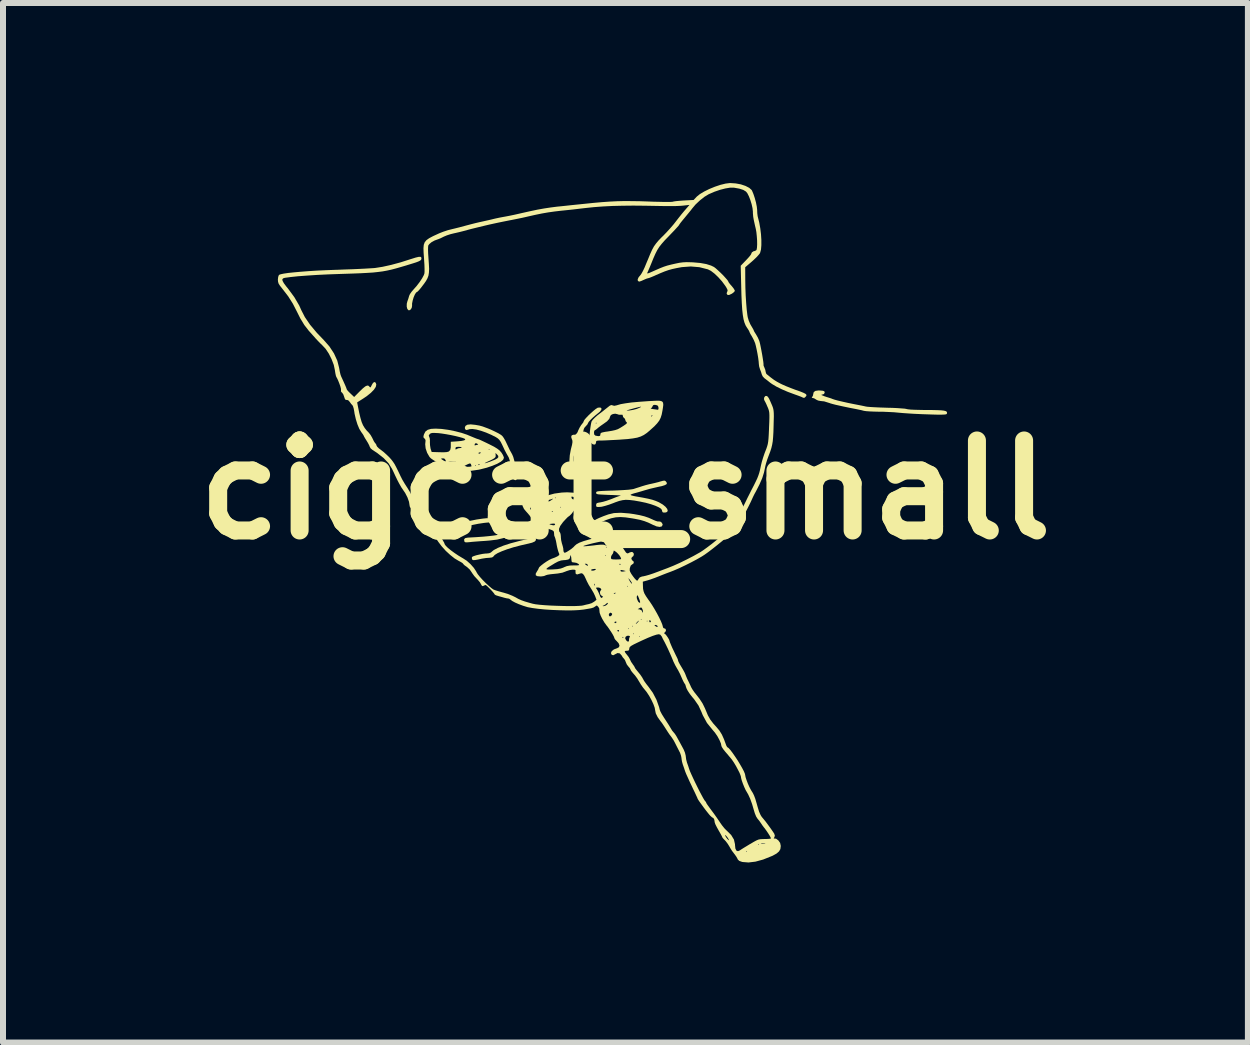
<source format=kicad_pcb>
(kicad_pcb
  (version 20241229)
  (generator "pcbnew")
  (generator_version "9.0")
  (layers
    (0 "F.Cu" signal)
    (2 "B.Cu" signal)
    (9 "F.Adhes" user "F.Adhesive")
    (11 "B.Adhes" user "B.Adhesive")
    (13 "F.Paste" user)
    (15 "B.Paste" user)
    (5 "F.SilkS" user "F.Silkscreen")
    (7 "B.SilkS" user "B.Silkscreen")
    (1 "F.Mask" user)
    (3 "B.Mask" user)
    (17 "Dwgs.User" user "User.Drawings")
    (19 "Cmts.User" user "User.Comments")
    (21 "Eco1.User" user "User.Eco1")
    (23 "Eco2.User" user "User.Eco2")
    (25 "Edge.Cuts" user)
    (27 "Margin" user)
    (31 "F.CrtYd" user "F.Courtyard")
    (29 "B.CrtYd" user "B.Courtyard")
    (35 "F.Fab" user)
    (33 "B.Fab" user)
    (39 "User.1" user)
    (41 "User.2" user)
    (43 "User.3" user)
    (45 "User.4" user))
  (footprint "cigcat_small"
    (layer "F.Cu")
    (at 7.371 5.111)
    (property "Reference" "cigcat_small" (at 0 0 0) (layer "F.SilkS") (effects (font (size 1.5 1.5) (thickness 0.3))))
    (attr board_only exclude_from_pos_files exclude_from_bom)
    (fp_poly (pts (xy -2.213 0.473) (xy -2.153 0.479) (xy -2.076 0.49) (xy -2.045 0.495) (xy -1.973 0.507) (xy -1.909 0.519) (xy -1.861 0.53) (xy -1.834 0.538) (xy -1.831 0.54) (xy -1.814 0.565) (xy -1.815 0.591) (xy -1.823 0.6) (xy -1.84 0.6) (xy -1.88 0.596) (xy -1.937 0.588) (xy -2.007 0.577) (xy -2.038 0.572) (xy -2.122 0.558) (xy -2.186 0.55) (xy -2.237 0.545) (xy -2.282 0.545) (xy -2.329 0.549) (xy -2.363 0.553) (xy -2.455 0.567) (xy -2.544 0.585) (xy -2.624 0.605) (xy -2.689 0.626) (xy -2.734 0.646) (xy -2.745 0.653) (xy -2.785 0.676) (xy -2.814 0.674) (xy -2.827 0.656) (xy -2.825 0.627) (xy -2.796 0.597) (xy -2.745 0.568) (xy -2.673 0.541) (xy -2.583 0.516) (xy -2.478 0.495) (xy -2.375 0.48) (xy -2.316 0.474) (xy -2.264 0.472)) (stroke (width 0) (type solid)) (fill yes) (layer "F.SilkS"))
    (fp_poly (pts (xy 0.062 0.394) (xy 0.14 0.405) (xy 0.239 0.423) (xy 0.319 0.443) (xy 0.389 0.467) (xy 0.456 0.497) (xy 0.464 0.501) (xy 0.505 0.518) (xy 0.537 0.528) (xy 0.548 0.528) (xy 0.579 0.529) (xy 0.607 0.549) (xy 0.62 0.577) (xy 0.62 0.585) (xy 0.605 0.611) (xy 0.57 0.619) (xy 0.519 0.61) (xy 0.455 0.583) (xy 0.45 0.58) (xy 0.381 0.547) (xy 0.316 0.522) (xy 0.244 0.501) (xy 0.158 0.484) (xy 0.112 0.476) (xy 0.004 0.46) (xy -0.084 0.454) (xy -0.162 0.459) (xy -0.238 0.475) (xy -0.32 0.503) (xy -0.401 0.538) (xy -0.458 0.558) (xy -0.501 0.563) (xy -0.526 0.551) (xy -0.531 0.534) (xy -0.522 0.516) (xy -0.492 0.495) (xy -0.44 0.47) (xy -0.365 0.439) (xy -0.284 0.41) (xy -0.191 0.388) (xy -0.076 0.383)) (stroke (width 0) (type solid)) (fill yes) (layer "F.SilkS"))
    (fp_poly (pts (xy -1.574 0.617) (xy -1.574 0.645) (xy -1.578 0.655) (xy -1.587 0.664) (xy -1.605 0.674) (xy -1.637 0.686) (xy -1.686 0.702) (xy -1.755 0.722) (xy -1.826 0.743) (xy -1.898 0.763) (xy -1.974 0.786) (xy -2.039 0.806) (xy -2.046 0.808) (xy -2.138 0.83) (xy -2.258 0.845) (xy -2.329 0.851) (xy -2.407 0.856) (xy -2.484 0.862) (xy -2.549 0.867) (xy -2.594 0.872) (xy -2.642 0.876) (xy -2.669 0.874) (xy -2.682 0.864) (xy -2.684 0.859) (xy -2.688 0.825) (xy -2.669 0.805) (xy -2.625 0.797) (xy -2.484 0.789) (xy -2.367 0.781) (xy -2.273 0.772) (xy -2.196 0.763) (xy -2.135 0.753) (xy -2.085 0.741) (xy -2.074 0.737) (xy -2.005 0.716) (xy -1.928 0.694) (xy -1.876 0.679) (xy -1.809 0.659) (xy -1.736 0.637) (xy -1.687 0.621) (xy -1.628 0.605) (xy -1.591 0.603)) (stroke (width 0) (type solid)) (fill yes) (layer "F.SilkS"))
    (fp_poly (pts (xy -1.503 0.799) (xy -1.492 0.813) (xy -1.491 0.839) (xy -1.511 0.862) (xy -1.554 0.881) (xy -1.624 0.899) (xy -1.626 0.899) (xy -1.752 0.928) (xy -1.869 0.959) (xy -1.973 0.992) (xy -2.061 1.025) (xy -2.13 1.056) (xy -2.178 1.086) (xy -2.2 1.112) (xy -2.221 1.127) (xy -2.266 1.133) (xy -2.268 1.133) (xy -2.323 1.137) (xy -2.381 1.146) (xy -2.393 1.148) (xy -2.461 1.163) (xy -2.506 1.171) (xy -2.534 1.172) (xy -2.55 1.166) (xy -2.557 1.154) (xy -2.559 1.128) (xy -2.554 1.118) (xy -2.53 1.106) (xy -2.487 1.092) (xy -2.433 1.079) (xy -2.378 1.068) (xy -2.329 1.062) (xy -2.314 1.062) (xy -2.27 1.057) (xy -2.24 1.044) (xy -2.238 1.041) (xy -2.195 1.005) (xy -2.125 0.968) (xy -2.031 0.93) (xy -1.914 0.892) (xy -1.775 0.855) (xy -1.685 0.833) (xy -1.626 0.82) (xy -1.575 0.808) (xy -1.539 0.8) (xy -1.533 0.798)) (stroke (width 0) (type solid)) (fill yes) (layer "F.SilkS"))
    (fp_poly (pts (xy -2.502 -1.082) (xy -2.433 -1.07) (xy -2.379 -1.055) (xy -2.314 -1.031) (xy -2.244 -1.003) (xy -2.176 -0.971) (xy -2.116 -0.941) (xy -2.072 -0.914) (xy -2.052 -0.897) (xy -2.028 -0.865) (xy -2.001 -0.818) (xy -1.969 -0.751) (xy -1.952 -0.715) (xy -1.927 -0.662) (xy -1.898 -0.61) (xy -1.887 -0.59) (xy -1.869 -0.548) (xy -1.851 -0.483) (xy -1.834 -0.399) (xy -1.819 -0.302) (xy -1.808 -0.199) (xy -1.814 -0.169) (xy -1.833 -0.159) (xy -1.858 -0.171) (xy -1.872 -0.187) (xy -1.882 -0.215) (xy -1.893 -0.263) (xy -1.903 -0.323) (xy -1.908 -0.363) (xy -1.918 -0.441) (xy -1.93 -0.497) (xy -1.945 -0.54) (xy -1.957 -0.561) (xy -1.984 -0.608) (xy -2.013 -0.663) (xy -2.024 -0.687) (xy -2.055 -0.753) (xy -2.079 -0.8) (xy -2.101 -0.832) (xy -2.126 -0.856) (xy -2.16 -0.878) (xy -2.208 -0.902) (xy -2.233 -0.915) (xy -2.321 -0.953) (xy -2.406 -0.983) (xy -2.484 -1.004) (xy -2.55 -1.013) (xy -2.598 -1.01) (xy -2.612 -1.005) (xy -2.648 -0.995) (xy -2.67 -1.008) (xy -2.676 -1.032) (xy -2.666 -1.064) (xy -2.634 -1.084) (xy -2.58 -1.09)) (stroke (width 0) (type solid)) (fill yes) (layer "F.SilkS"))
    (fp_poly (pts (xy -0.4 -1.359) (xy -0.401 -1.334) (xy -0.424 -1.303) (xy -0.45 -1.281) (xy -0.496 -1.244) (xy -0.542 -1.204) (xy -0.582 -1.165) (xy -0.61 -1.133) (xy -0.623 -1.112) (xy -0.623 -1.111) (xy -0.632 -1.091) (xy -0.656 -1.064) (xy -0.658 -1.062) (xy -0.683 -1.034) (xy -0.694 -1.011) (xy -0.694 -1.01) (xy -0.701 -0.979) (xy -0.725 -0.93) (xy -0.739 -0.906) (xy -0.776 -0.827) (xy -0.797 -0.741) (xy -0.803 -0.69) (xy -0.809 -0.636) (xy -0.816 -0.605) (xy -0.828 -0.589) (xy -0.839 -0.584) (xy -0.853 -0.578) (xy -0.86 -0.565) (xy -0.863 -0.541) (xy -0.863 -0.497) (xy -0.86 -0.453) (xy -0.851 -0.365) (xy -0.836 -0.304) (xy -0.828 -0.287) (xy -0.81 -0.242) (xy -0.813 -0.213) (xy -0.831 -0.201) (xy -0.858 -0.21) (xy -0.889 -0.243) (xy -0.893 -0.249) (xy -0.917 -0.308) (xy -0.93 -0.387) (xy -0.934 -0.478) (xy -0.927 -0.576) (xy -0.909 -0.673) (xy -0.906 -0.685) (xy -0.89 -0.747) (xy -0.883 -0.788) (xy -0.883 -0.816) (xy -0.889 -0.837) (xy -0.892 -0.842) (xy -0.904 -0.881) (xy -0.894 -0.908) (xy -0.863 -0.918) (xy -0.854 -0.917) (xy -0.831 -0.918) (xy -0.815 -0.93) (xy -0.798 -0.959) (xy -0.787 -0.987) (xy -0.764 -1.035) (xy -0.738 -1.077) (xy -0.725 -1.094) (xy -0.703 -1.122) (xy -0.694 -1.145) (xy -0.694 -1.145) (xy -0.684 -1.164) (xy -0.657 -1.196) (xy -0.619 -1.236) (xy -0.576 -1.277) (xy -0.532 -1.316) (xy -0.494 -1.347) (xy -0.465 -1.365) (xy -0.46 -1.368) (xy -0.419 -1.371)) (stroke (width 0) (type solid)) (fill yes) (layer "F.SilkS"))
    (fp_poly (pts (xy 3.245 -1.654) (xy 3.289 -1.65) (xy 3.312 -1.642) (xy 3.32 -1.628) (xy 3.32 -1.621) (xy 3.309 -1.596) (xy 3.285 -1.588) (xy 3.266 -1.584) (xy 3.268 -1.578) (xy 3.295 -1.567) (xy 3.306 -1.562) (xy 3.349 -1.547) (xy 3.385 -1.536) (xy 3.391 -1.534) (xy 3.429 -1.522) (xy 3.448 -1.514) (xy 3.483 -1.502) (xy 3.541 -1.486) (xy 3.618 -1.468) (xy 3.707 -1.448) (xy 3.805 -1.428) (xy 3.872 -1.415) (xy 3.928 -1.404) (xy 3.981 -1.393) (xy 4.007 -1.387) (xy 4.036 -1.383) (xy 4.088 -1.379) (xy 4.158 -1.375) (xy 4.242 -1.371) (xy 4.333 -1.368) (xy 4.357 -1.367) (xy 4.448 -1.365) (xy 4.531 -1.361) (xy 4.6 -1.356) (xy 4.652 -1.352) (xy 4.682 -1.347) (xy 4.686 -1.345) (xy 4.709 -1.341) (xy 4.756 -1.336) (xy 4.824 -1.333) (xy 4.908 -1.331) (xy 5 -1.329) (xy 5.111 -1.329) (xy 5.197 -1.327) (xy 5.261 -1.324) (xy 5.305 -1.319) (xy 5.334 -1.312) (xy 5.351 -1.303) (xy 5.358 -1.29) (xy 5.359 -1.281) (xy 5.356 -1.267) (xy 5.345 -1.258) (xy 5.319 -1.254) (xy 5.272 -1.252) (xy 5.246 -1.252) (xy 5.191 -1.252) (xy 5.116 -1.254) (xy 5.03 -1.257) (xy 4.939 -1.26) (xy 4.899 -1.262) (xy 4.808 -1.266) (xy 4.715 -1.272) (xy 4.63 -1.278) (xy 4.56 -1.284) (xy 4.538 -1.286) (xy 4.473 -1.292) (xy 4.39 -1.296) (xy 4.301 -1.3) (xy 4.214 -1.301) (xy 4.213 -1.301) (xy 4.137 -1.303) (xy 4.068 -1.306) (xy 4.013 -1.31) (xy 3.977 -1.315) (xy 3.972 -1.316) (xy 3.934 -1.326) (xy 3.882 -1.337) (xy 3.844 -1.345) (xy 3.745 -1.364) (xy 3.621 -1.39) (xy 3.504 -1.416) (xy 3.457 -1.428) (xy 3.418 -1.439) (xy 3.405 -1.444) (xy 3.312 -1.473) (xy 3.254 -1.479) (xy 3.211 -1.487) (xy 3.177 -1.503) (xy 3.175 -1.505) (xy 3.144 -1.524) (xy 3.122 -1.529) (xy 3.104 -1.533) (xy 3.112 -1.546) (xy 3.126 -1.573) (xy 3.129 -1.594) (xy 3.138 -1.628) (xy 3.166 -1.648) (xy 3.217 -1.655)) (stroke (width 0) (type solid)) (fill yes) (layer "F.SilkS"))
    (fp_poly (pts (xy 0.665 -0.147) (xy 0.675 -0.138) (xy 0.691 -0.114) (xy 0.687 -0.095) (xy 0.659 -0.078) (xy 0.606 -0.061) (xy 0.557 -0.051) (xy 0.483 -0.034) (xy 0.403 -0.015) (xy 0.334 0.005) (xy 0.326 0.007) (xy 0.263 0.026) (xy 0.201 0.044) (xy 0.153 0.057) (xy 0.152 0.057) (xy 0.113 0.069) (xy 0.089 0.08) (xy 0.085 0.085) (xy 0.098 0.093) (xy 0.132 0.102) (xy 0.18 0.112) (xy 0.188 0.113) (xy 0.295 0.132) (xy 0.38 0.149) (xy 0.448 0.166) (xy 0.504 0.185) (xy 0.554 0.206) (xy 0.563 0.211) (xy 0.623 0.246) (xy 0.668 0.283) (xy 0.696 0.318) (xy 0.705 0.348) (xy 0.694 0.37) (xy 0.665 0.379) (xy 0.634 0.379) (xy 0.619 0.373) (xy 0.61 0.352) (xy 0.609 0.34) (xy 0.595 0.317) (xy 0.558 0.293) (xy 0.501 0.267) (xy 0.427 0.241) (xy 0.341 0.217) (xy 0.247 0.197) (xy 0.241 0.196) (xy 0.145 0.179) (xy 0.069 0.17) (xy 0.007 0.167) (xy -0.048 0.173) (xy -0.104 0.186) (xy -0.167 0.208) (xy -0.205 0.223) (xy -0.273 0.248) (xy -0.338 0.268) (xy -0.393 0.282) (xy -0.418 0.285) (xy -0.46 0.287) (xy -0.48 0.283) (xy -0.488 0.271) (xy -0.488 0.255) (xy -0.485 0.233) (xy -0.472 0.221) (xy -0.44 0.213) (xy -0.418 0.21) (xy -0.372 0.2) (xy -0.311 0.182) (xy -0.246 0.159) (xy -0.223 0.15) (xy -0.166 0.127) (xy -0.117 0.109) (xy -0.083 0.098) (xy -0.075 0.096) (xy -0.079 0.095) (xy -0.108 0.093) (xy -0.157 0.09) (xy -0.222 0.087) (xy -0.269 0.086) (xy -0.352 0.082) (xy -0.411 0.079) (xy -0.45 0.076) (xy -0.473 0.071) (xy -0.485 0.064) (xy -0.488 0.055) (xy -0.488 0.05) (xy -0.487 0.04) (xy -0.481 0.033) (xy -0.466 0.027) (xy -0.439 0.023) (xy -0.396 0.02) (xy -0.333 0.017) (xy -0.248 0.014) (xy -0.205 0.013) (xy -0.109 0.009) (xy -0.022 0.004) (xy 0.052 -0.001) (xy 0.106 -0.008) (xy 0.135 -0.013) (xy 0.18 -0.028) (xy 0.237 -0.046) (xy 0.276 -0.059) (xy 0.336 -0.077) (xy 0.398 -0.093) (xy 0.432 -0.1) (xy 0.489 -0.113) (xy 0.553 -0.129) (xy 0.578 -0.137) (xy 0.622 -0.149) (xy 0.648 -0.153)) (stroke (width 0) (type solid)) (fill yes) (layer "F.SilkS"))
    (fp_poly (pts (xy 0.575 -1.483) (xy 0.61 -1.473) (xy 0.627 -1.452) (xy 0.631 -1.415) (xy 0.624 -1.361) (xy 0.617 -1.318) (xy 0.604 -1.252) (xy 0.587 -1.199) (xy 0.564 -1.153) (xy 0.529 -1.107) (xy 0.481 -1.056) (xy 0.413 -0.995) (xy 0.408 -0.99) (xy 0.357 -0.947) (xy 0.307 -0.913) (xy 0.256 -0.888) (xy 0.197 -0.869) (xy 0.125 -0.856) (xy 0.035 -0.845) (xy -0.078 -0.837) (xy -0.085 -0.836) (xy -0.172 -0.831) (xy -0.255 -0.827) (xy -0.328 -0.823) (xy -0.385 -0.821) (xy -0.405 -0.821) (xy -0.452 -0.82) (xy -0.478 -0.816) (xy -0.488 -0.806) (xy -0.49 -0.789) (xy -0.498 -0.761) (xy -0.52 -0.752) (xy -0.549 -0.761) (xy -0.578 -0.789) (xy -0.591 -0.81) (xy -0.598 -0.832) (xy -0.6 -0.862) (xy -0.598 -0.908) (xy -0.594 -0.95) (xy -0.524 -0.95) (xy -0.519 -0.919) (xy -0.499 -0.902) (xy -0.459 -0.895) (xy -0.445 -0.894) (xy -0.422 -0.9) (xy -0.417 -0.923) (xy -0.415 -0.938) (xy -0.404 -0.949) (xy -0.379 -0.957) (xy -0.335 -0.966) (xy -0.297 -0.971) (xy -0.224 -0.983) (xy -0.17 -0.995) (xy -0.126 -1.01) (xy -0.084 -1.033) (xy -0.033 -1.065) (xy -0.031 -1.066) (xy 0.01 -1.095) (xy 0.027 -1.113) (xy 0.022 -1.123) (xy 0.022 -1.123) (xy 0.004 -1.143) (xy 0 -1.159) (xy -0.01 -1.186) (xy -0.021 -1.194) (xy -0.039 -1.214) (xy -0.04 -1.219) (xy 0.428 -1.219) (xy 0.43 -1.218) (xy 0.443 -1.228) (xy 0.446 -1.232) (xy 0.45 -1.245) (xy 0.448 -1.246) (xy 0.435 -1.236) (xy 0.432 -1.232) (xy 0.428 -1.219) (xy -0.04 -1.219) (xy -0.042 -1.23) (xy -0.049 -1.25) (xy -0.072 -1.25) (xy -0.106 -1.25) (xy -0.135 -1.26) (xy -0.17 -1.268) (xy -0.209 -1.262) (xy -0.241 -1.246) (xy -0.255 -1.222) (xy -0.255 -1.219) (xy -0.269 -1.182) (xy -0.306 -1.141) (xy -0.363 -1.1) (xy -0.408 -1.069) (xy -0.45 -1.037) (xy -0.461 -1.027) (xy -0.489 -1.004) (xy -0.509 -0.992) (xy -0.512 -0.991) (xy -0.52 -0.979) (xy -0.524 -0.95) (xy -0.594 -0.95) (xy -0.593 -0.963) (xy -0.585 -1.027) (xy -0.576 -1.084) (xy -0.571 -1.111) (xy -0.496 -1.111) (xy -0.488 -1.104) (xy -0.481 -1.111) (xy -0.488 -1.119) (xy -0.496 -1.111) (xy -0.571 -1.111) (xy -0.567 -1.126) (xy -0.564 -1.138) (xy -0.545 -1.165) (xy -0.509 -1.202) (xy -0.463 -1.243) (xy -0.447 -1.255) (xy -0.394 -1.296) (xy -0.363 -1.32) (xy 0.021 -1.32) (xy 0.034 -1.319) (xy 0.066 -1.322) (xy 0.071 -1.322) (xy 0.13 -1.332) (xy 0.19 -1.348) (xy 0.207 -1.355) (xy 0.421 -1.355) (xy 0.44 -1.348) (xy 0.467 -1.344) (xy 0.508 -1.338) (xy 0.536 -1.334) (xy 0.542 -1.333) (xy 0.55 -1.343) (xy 0.552 -1.365) (xy 0.544 -1.394) (xy 0.53 -1.407) (xy 0.491 -1.416) (xy 0.463 -1.41) (xy 0.453 -1.394) (xy 0.442 -1.371) (xy 0.428 -1.362) (xy 0.421 -1.355) (xy 0.207 -1.355) (xy 0.212 -1.357) (xy 0.249 -1.374) (xy 0.261 -1.383) (xy 0.249 -1.384) (xy 0.212 -1.375) (xy 0.148 -1.359) (xy 0.12 -1.351) (xy 0.062 -1.335) (xy 0.03 -1.325) (xy 0.021 -1.32) (xy -0.363 -1.32) (xy -0.342 -1.337) (xy -0.3 -1.37) (xy -0.293 -1.376) (xy -0.258 -1.403) (xy -0.234 -1.412) (xy -0.215 -1.407) (xy -0.187 -1.399) (xy -0.147 -1.407) (xy -0.137 -1.41) (xy -0.078 -1.427) (xy 0.002 -1.441) (xy 0.103 -1.455) (xy 0.229 -1.466) (xy 0.381 -1.477) (xy 0.439 -1.48) (xy 0.519 -1.484)) (stroke (width 0) (type solid)) (fill yes) (layer "F.SilkS"))
    (fp_poly (pts (xy -3.064 -1.014) (xy -2.953 -0.999) (xy -2.838 -0.976) (xy -2.729 -0.948) (xy -2.637 -0.917) (xy -2.626 -0.912) (xy -2.561 -0.885) (xy -2.515 -0.866) (xy -2.483 -0.853) (xy -2.459 -0.845) (xy -2.449 -0.842) (xy -2.423 -0.832) (xy -2.378 -0.811) (xy -2.321 -0.784) (xy -2.262 -0.755) (xy -2.189 -0.718) (xy -2.137 -0.686) (xy -2.1 -0.658) (xy -2.073 -0.628) (xy -2.067 -0.621) (xy -2.042 -0.581) (xy -2.027 -0.545) (xy -2.025 -0.531) (xy -2.038 -0.5) (xy -2.077 -0.467) (xy -2.137 -0.433) (xy -2.216 -0.4) (xy -2.31 -0.368) (xy -2.416 -0.341) (xy -2.449 -0.334) (xy -2.573 -0.316) (xy -2.689 -0.316) (xy -2.81 -0.336) (xy -2.874 -0.353) (xy -2.963 -0.382) (xy -2.966 -0.383) (xy -2.711 -0.383) (xy -2.637 -0.383) (xy -2.596 -0.384) (xy -2.569 -0.389) (xy -2.564 -0.393) (xy -2.567 -0.404) (xy -2.506 -0.404) (xy -2.499 -0.396) (xy -2.492 -0.404) (xy -2.499 -0.411) (xy -2.506 -0.404) (xy -2.567 -0.404) (xy -2.57 -0.414) (xy -2.457 -0.414) (xy -2.443 -0.412) (xy -2.425 -0.414) (xy -2.425 -0.419) (xy -2.444 -0.423) (xy -2.452 -0.42) (xy -2.457 -0.414) (xy -2.57 -0.414) (xy -2.57 -0.414) (xy -2.574 -0.426) (xy -2.583 -0.438) (xy -2.599 -0.438) (xy -2.629 -0.425) (xy -2.648 -0.416) (xy -2.711 -0.383) (xy -2.966 -0.383) (xy -3.05 -0.416) (xy -3.129 -0.454) (xy -3.15 -0.466) (xy -2.948 -0.466) (xy -2.942 -0.458) (xy -2.91 -0.446) (xy -2.888 -0.438) (xy -2.835 -0.422) (xy -2.798 -0.413) (xy -2.779 -0.412) (xy -2.784 -0.42) (xy -2.793 -0.426) (xy -2.81 -0.442) (xy -2.346 -0.442) (xy -2.336 -0.443) (xy -2.301 -0.453) (xy -2.245 -0.473) (xy -2.238 -0.476) (xy -2.173 -0.502) (xy -2.134 -0.524) (xy -2.117 -0.544) (xy -2.12 -0.565) (xy -2.135 -0.584) (xy -2.165 -0.614) (xy -2.162 -0.576) (xy -2.162 -0.555) (xy -2.17 -0.539) (xy -2.188 -0.523) (xy -2.223 -0.503) (xy -2.278 -0.477) (xy -2.294 -0.47) (xy -2.333 -0.451) (xy -2.346 -0.442) (xy -2.81 -0.442) (xy -2.813 -0.445) (xy -2.818 -0.457) (xy -2.831 -0.469) (xy -2.869 -0.472) (xy -2.878 -0.472) (xy -2.927 -0.47) (xy -2.948 -0.466) (xy -3.15 -0.466) (xy -3.196 -0.492) (xy -3.232 -0.517) (xy -3.072 -0.517) (xy -3.062 -0.508) (xy -3.037 -0.492) (xy -3.011 -0.476) (xy -2.992 -0.468) (xy -2.993 -0.479) (xy -2.997 -0.496) (xy -3.016 -0.519) (xy -3.039 -0.524) (xy -3.064 -0.521) (xy -3.072 -0.517) (xy -3.232 -0.517) (xy -3.245 -0.527) (xy -3.264 -0.547) (xy -3.3 -0.609) (xy -2.449 -0.609) (xy -2.439 -0.601) (xy -2.428 -0.604) (xy -2.41 -0.614) (xy -2.407 -0.617) (xy -2.418 -0.622) (xy -2.428 -0.623) (xy -2.447 -0.616) (xy -2.449 -0.609) (xy -3.3 -0.609) (xy -3.304 -0.616) (xy -3.329 -0.69) (xy -3.336 -0.758) (xy -3.334 -0.78) (xy -3.33 -0.821) (xy -3.338 -0.845) (xy -3.349 -0.855) (xy -3.364 -0.871) (xy -3.365 -0.892) (xy -3.362 -0.904) (xy -3.277 -0.904) (xy -3.27 -0.884) (xy -3.261 -0.859) (xy -3.257 -0.819) (xy -3.258 -0.797) (xy -3.256 -0.744) (xy -3.248 -0.693) (xy -3.245 -0.68) (xy -3.228 -0.63) (xy -3.097 -0.626) (xy -3.027 -0.625) (xy -2.98 -0.628) (xy -2.95 -0.635) (xy -2.938 -0.642) (xy -2.919 -0.665) (xy -2.914 -0.688) (xy -2.832 -0.688) (xy -2.828 -0.669) (xy -2.822 -0.673) (xy -2.279 -0.673) (xy -2.272 -0.665) (xy -2.265 -0.673) (xy -2.272 -0.68) (xy -2.279 -0.673) (xy -2.822 -0.673) (xy -2.816 -0.676) (xy -2.815 -0.677) (xy -2.787 -0.691) (xy -2.766 -0.694) (xy -2.738 -0.698) (xy -2.728 -0.704) (xy -2.736 -0.711) (xy -2.764 -0.715) (xy -2.776 -0.716) (xy -2.813 -0.714) (xy -2.829 -0.704) (xy -2.832 -0.688) (xy -2.914 -0.688) (xy -2.911 -0.701) (xy -2.91 -0.732) (xy -2.91 -0.74) (xy -2.513 -0.74) (xy -2.498 -0.742) (xy -2.469 -0.75) (xy -2.459 -0.751) (xy -2.454 -0.756) (xy -2.464 -0.765) (xy -2.49 -0.777) (xy -2.506 -0.769) (xy -2.512 -0.756) (xy -2.513 -0.74) (xy -2.91 -0.74) (xy -2.91 -0.8) (xy -2.803 -0.807) (xy -2.732 -0.814) (xy -2.687 -0.824) (xy -2.668 -0.835) (xy -2.676 -0.849) (xy -2.68 -0.851) (xy -2.712 -0.864) (xy -2.766 -0.879) (xy -2.834 -0.896) (xy -2.91 -0.912) (xy -2.987 -0.926) (xy -3.058 -0.937) (xy -3.115 -0.944) (xy -3.176 -0.947) (xy -3.216 -0.947) (xy -3.241 -0.942) (xy -3.258 -0.931) (xy -3.261 -0.928) (xy -3.277 -0.904) (xy -3.362 -0.904) (xy -3.356 -0.925) (xy -3.333 -0.97) (xy -3.295 -0.999) (xy -3.239 -1.015) (xy -3.162 -1.019)) (stroke (width 0) (type solid)) (fill yes) (layer "F.SilkS"))
    (fp_poly (pts (xy 1.837 -5.105) (xy 1.924 -5.089) (xy 2.001 -5.063) (xy 2.063 -5.031) (xy 2.103 -4.995) (xy 2.109 -4.985) (xy 2.132 -4.931) (xy 2.155 -4.862) (xy 2.175 -4.788) (xy 2.189 -4.718) (xy 2.195 -4.664) (xy 2.195 -4.662) (xy 2.197 -4.609) (xy 2.203 -4.56) (xy 2.208 -4.539) (xy 2.23 -4.452) (xy 2.247 -4.356) (xy 2.259 -4.258) (xy 2.265 -4.163) (xy 2.265 -4.076) (xy 2.259 -4.003) (xy 2.245 -3.951) (xy 2.241 -3.941) (xy 2.219 -3.913) (xy 2.182 -3.873) (xy 2.135 -3.828) (xy 2.106 -3.802) (xy 1.996 -3.708) (xy 1.997 -3.493) (xy 1.999 -3.364) (xy 2.004 -3.235) (xy 2.012 -3.112) (xy 2.021 -3.003) (xy 2.032 -2.912) (xy 2.038 -2.876) (xy 2.055 -2.818) (xy 2.081 -2.758) (xy 2.095 -2.734) (xy 2.118 -2.695) (xy 2.134 -2.666) (xy 2.138 -2.656) (xy 2.145 -2.639) (xy 2.164 -2.608) (xy 2.178 -2.586) (xy 2.206 -2.537) (xy 2.229 -2.485) (xy 2.234 -2.469) (xy 2.244 -2.43) (xy 2.255 -2.377) (xy 2.267 -2.314) (xy 2.279 -2.249) (xy 2.289 -2.187) (xy 2.297 -2.135) (xy 2.301 -2.098) (xy 2.301 -2.084) (xy 2.302 -2.068) (xy 2.314 -2.04) (xy 2.315 -2.038) (xy 2.33 -2) (xy 2.336 -1.969) (xy 2.344 -1.939) (xy 2.354 -1.926) (xy 2.421 -1.872) (xy 2.476 -1.831) (xy 2.526 -1.8) (xy 2.578 -1.772) (xy 2.612 -1.755) (xy 2.683 -1.724) (xy 2.761 -1.693) (xy 2.832 -1.666) (xy 2.836 -1.665) (xy 2.915 -1.637) (xy 2.969 -1.615) (xy 3.002 -1.598) (xy 3.016 -1.582) (xy 3.015 -1.566) (xy 3 -1.548) (xy 2.999 -1.546) (xy 2.979 -1.531) (xy 2.959 -1.535) (xy 2.945 -1.542) (xy 2.922 -1.552) (xy 2.88 -1.568) (xy 2.827 -1.587) (xy 2.81 -1.593) (xy 2.705 -1.632) (xy 2.605 -1.675) (xy 2.516 -1.719) (xy 2.445 -1.761) (xy 2.411 -1.785) (xy 2.37 -1.818) (xy 2.331 -1.848) (xy 2.316 -1.859) (xy 2.287 -1.89) (xy 2.272 -1.923) (xy 2.26 -1.963) (xy 2.243 -2.007) (xy 2.243 -2.007) (xy 2.229 -2.052) (xy 2.223 -2.096) (xy 2.223 -2.096) (xy 2.22 -2.138) (xy 2.212 -2.199) (xy 2.2 -2.27) (xy 2.186 -2.341) (xy 2.172 -2.403) (xy 2.16 -2.447) (xy 2.159 -2.448) (xy 2.139 -2.496) (xy 2.112 -2.547) (xy 2.104 -2.561) (xy 2.082 -2.597) (xy 2.069 -2.624) (xy 2.067 -2.631) (xy 2.059 -2.649) (xy 2.04 -2.68) (xy 2.026 -2.7) (xy 2.003 -2.738) (xy 1.984 -2.784) (xy 1.968 -2.842) (xy 1.956 -2.913) (xy 1.946 -3.002) (xy 1.939 -3.111) (xy 1.933 -3.244) (xy 1.93 -3.364) (xy 1.921 -3.733) (xy 2.008 -3.823) (xy 2.047 -3.865) (xy 2.077 -3.9) (xy 2.094 -3.924) (xy 2.095 -3.929) (xy 2.107 -3.956) (xy 2.136 -3.975) (xy 2.153 -3.978) (xy 2.179 -3.99) (xy 2.186 -4.001) (xy 2.192 -4.035) (xy 2.195 -4.089) (xy 2.194 -4.156) (xy 2.189 -4.226) (xy 2.182 -4.293) (xy 2.173 -4.344) (xy 2.159 -4.403) (xy 2.146 -4.462) (xy 2.138 -4.499) (xy 2.129 -4.551) (xy 2.124 -4.611) (xy 2.124 -4.634) (xy 2.118 -4.691) (xy 2.103 -4.758) (xy 2.082 -4.827) (xy 2.057 -4.891) (xy 2.031 -4.942) (xy 2.009 -4.969) (xy 1.963 -4.997) (xy 1.897 -5.018) (xy 1.808 -5.034) (xy 1.805 -5.034) (xy 1.744 -5.034) (xy 1.665 -5.021) (xy 1.576 -4.998) (xy 1.483 -4.966) (xy 1.393 -4.927) (xy 1.39 -4.926) (xy 1.317 -4.882) (xy 1.24 -4.821) (xy 1.168 -4.753) (xy 1.115 -4.69) (xy 1.092 -4.66) (xy 1.056 -4.616) (xy 1.014 -4.565) (xy 0.991 -4.537) (xy 0.952 -4.49) (xy 0.919 -4.449) (xy 0.899 -4.421) (xy 0.894 -4.412) (xy 0.883 -4.397) (xy 0.855 -4.366) (xy 0.814 -4.321) (xy 0.763 -4.268) (xy 0.723 -4.226) (xy 0.656 -4.157) (xy 0.605 -4.099) (xy 0.564 -4.047) (xy 0.53 -3.993) (xy 0.499 -3.932) (xy 0.466 -3.857) (xy 0.432 -3.773) (xy 0.408 -3.715) (xy 0.387 -3.666) (xy 0.372 -3.631) (xy 0.367 -3.621) (xy 0.362 -3.61) (xy 0.365 -3.605) (xy 0.379 -3.607) (xy 0.408 -3.618) (xy 0.456 -3.639) (xy 0.51 -3.663) (xy 0.581 -3.694) (xy 0.64 -3.717) (xy 0.698 -3.736) (xy 0.765 -3.753) (xy 0.826 -3.767) (xy 0.898 -3.782) (xy 0.959 -3.79) (xy 1.021 -3.793) (xy 1.095 -3.791) (xy 1.124 -3.79) (xy 1.248 -3.779) (xy 1.348 -3.761) (xy 1.427 -3.736) (xy 1.476 -3.712) (xy 1.505 -3.69) (xy 1.544 -3.655) (xy 1.588 -3.614) (xy 1.632 -3.57) (xy 1.67 -3.528) (xy 1.699 -3.495) (xy 1.713 -3.474) (xy 1.713 -3.471) (xy 1.722 -3.454) (xy 1.745 -3.424) (xy 1.77 -3.396) (xy 1.8 -3.359) (xy 1.819 -3.328) (xy 1.823 -3.313) (xy 1.809 -3.294) (xy 1.778 -3.27) (xy 1.767 -3.264) (xy 1.73 -3.247) (xy 1.708 -3.245) (xy 1.696 -3.253) (xy 1.686 -3.274) (xy 1.695 -3.298) (xy 1.703 -3.317) (xy 1.698 -3.339) (xy 1.68 -3.373) (xy 1.662 -3.401) (xy 1.608 -3.474) (xy 1.546 -3.543) (xy 1.483 -3.603) (xy 1.424 -3.648) (xy 1.374 -3.673) (xy 1.374 -3.673) (xy 1.232 -3.709) (xy 1.09 -3.721) (xy 0.94 -3.71) (xy 0.853 -3.694) (xy 0.78 -3.678) (xy 0.716 -3.66) (xy 0.653 -3.638) (xy 0.582 -3.609) (xy 0.495 -3.571) (xy 0.485 -3.566) (xy 0.437 -3.546) (xy 0.399 -3.531) (xy 0.378 -3.525) (xy 0.355 -3.519) (xy 0.319 -3.504) (xy 0.304 -3.497) (xy 0.266 -3.48) (xy 0.236 -3.47) (xy 0.23 -3.469) (xy 0.208 -3.479) (xy 0.204 -3.504) (xy 0.217 -3.536) (xy 0.228 -3.551) (xy 0.252 -3.579) (xy 0.273 -3.611) (xy 0.295 -3.652) (xy 0.32 -3.705) (xy 0.35 -3.778) (xy 0.375 -3.837) (xy 0.412 -3.927) (xy 0.444 -3.998) (xy 0.475 -4.055) (xy 0.51 -4.104) (xy 0.551 -4.153) (xy 0.604 -4.208) (xy 0.63 -4.233) (xy 0.688 -4.293) (xy 0.749 -4.36) (xy 0.803 -4.423) (xy 0.832 -4.46) (xy 0.88 -4.522) (xy 0.933 -4.589) (xy 0.982 -4.648) (xy 0.99 -4.657) (xy 1.068 -4.747) (xy 0.962 -4.735) (xy 0.915 -4.731) (xy 0.846 -4.728) (xy 0.761 -4.727) (xy 0.667 -4.727) (xy 0.57 -4.729) (xy 0.559 -4.729) (xy 0.333 -4.733) (xy 0.131 -4.735) (xy -0.051 -4.733) (xy -0.218 -4.729) (xy -0.373 -4.721) (xy -0.521 -4.71) (xy -0.665 -4.695) (xy -0.743 -4.686) (xy -0.801 -4.679) (xy -0.877 -4.67) (xy -0.963 -4.661) (xy -1.049 -4.652) (xy -1.062 -4.651) (xy -1.181 -4.637) (xy -1.287 -4.622) (xy -1.391 -4.604) (xy -1.503 -4.581) (xy -1.631 -4.552) (xy -1.635 -4.551) (xy -1.714 -4.533) (xy -1.806 -4.514) (xy -1.896 -4.496) (xy -1.933 -4.489) (xy -2.043 -4.467) (xy -2.149 -4.445) (xy -2.263 -4.42) (xy -2.336 -4.403) (xy -2.435 -4.379) (xy -2.513 -4.36) (xy -2.574 -4.345) (xy -2.626 -4.331) (xy -2.648 -4.324) (xy -2.699 -4.311) (xy -2.766 -4.294) (xy -2.835 -4.278) (xy -2.85 -4.275) (xy -2.915 -4.259) (xy -2.976 -4.239) (xy -3.024 -4.219) (xy -3.034 -4.214) (xy -3.078 -4.192) (xy -3.12 -4.175) (xy -3.132 -4.171) (xy -3.181 -4.153) (xy -3.23 -4.126) (xy -3.267 -4.095) (xy -3.285 -4.071) (xy -3.288 -4.045) (xy -3.289 -3.998) (xy -3.287 -3.936) (xy -3.282 -3.866) (xy -3.282 -3.864) (xy -3.275 -3.762) (xy -3.271 -3.682) (xy -3.274 -3.619) (xy -3.282 -3.568) (xy -3.299 -3.523) (xy -3.323 -3.479) (xy -3.358 -3.429) (xy -3.369 -3.415) (xy -3.406 -3.366) (xy -3.438 -3.328) (xy -3.461 -3.304) (xy -3.468 -3.299) (xy -3.488 -3.286) (xy -3.509 -3.253) (xy -3.529 -3.206) (xy -3.545 -3.153) (xy -3.555 -3.102) (xy -3.555 -3.065) (xy -3.561 -3.031) (xy -3.579 -3.003) (xy -3.603 -2.99) (xy -3.613 -2.991) (xy -3.634 -3.013) (xy -3.644 -3.052) (xy -3.643 -3.101) (xy -3.633 -3.14) (xy -3.617 -3.185) (xy -3.605 -3.227) (xy -3.604 -3.231) (xy -3.59 -3.261) (xy -3.562 -3.301) (xy -3.531 -3.337) (xy -3.478 -3.397) (xy -3.429 -3.461) (xy -3.388 -3.523) (xy -3.36 -3.575) (xy -3.35 -3.602) (xy -3.347 -3.63) (xy -3.347 -3.681) (xy -3.349 -3.747) (xy -3.354 -3.823) (xy -3.356 -3.86) (xy -3.363 -3.955) (xy -3.365 -4.027) (xy -3.36 -4.082) (xy -3.344 -4.125) (xy -3.315 -4.16) (xy -3.27 -4.192) (xy -3.206 -4.226) (xy -3.119 -4.266) (xy -3.099 -4.275) (xy -3.035 -4.3) (xy -2.96 -4.325) (xy -2.901 -4.34) (xy -2.839 -4.355) (xy -2.763 -4.374) (xy -2.685 -4.395) (xy -2.655 -4.403) (xy -2.579 -4.423) (xy -2.497 -4.444) (xy -2.424 -4.461) (xy -2.4 -4.466) (xy -2.333 -4.481) (xy -2.266 -4.496) (xy -2.211 -4.509) (xy -2.209 -4.51) (xy -2.157 -4.522) (xy -2.091 -4.536) (xy -2.021 -4.549) (xy -2.003 -4.552) (xy -1.93 -4.566) (xy -1.844 -4.584) (xy -1.76 -4.603) (xy -1.73 -4.61) (xy -1.587 -4.642) (xy -1.464 -4.668) (xy -1.352 -4.688) (xy -1.246 -4.704) (xy -1.136 -4.718) (xy -1.104 -4.721) (xy -1.007 -4.731) (xy -0.897 -4.743) (xy -0.789 -4.754) (xy -0.701 -4.763) (xy -0.535 -4.78) (xy -0.39 -4.793) (xy -0.26 -4.802) (xy -0.138 -4.808) (xy -0.017 -4.811) (xy 0.109 -4.81) (xy 0.246 -4.808) (xy 0.366 -4.804) (xy 0.47 -4.8) (xy 0.566 -4.798) (xy 0.649 -4.796) (xy 0.716 -4.796) (xy 0.762 -4.797) (xy 0.784 -4.799) (xy 0.786 -4.799) (xy 0.805 -4.804) (xy 0.846 -4.81) (xy 0.903 -4.815) (xy 0.968 -4.82) (xy 1.136 -4.829) (xy 1.19 -4.886) (xy 1.241 -4.927) (xy 1.313 -4.97) (xy 1.398 -5.012) (xy 1.491 -5.05) (xy 1.583 -5.081) (xy 1.669 -5.102) (xy 1.74 -5.111) (xy 1.746 -5.111)) (stroke (width 0) (type solid)) (fill yes) (layer "F.SilkS"))
    (fp_poly (pts (xy -3.401 -3.871) (xy -3.399 -3.849) (xy -3.4 -3.844) (xy -3.406 -3.831) (xy -3.42 -3.819) (xy -3.447 -3.805) (xy -3.489 -3.789) (xy -3.552 -3.769) (xy -3.637 -3.743) (xy -3.646 -3.74) (xy -3.741 -3.712) (xy -3.825 -3.688) (xy -3.901 -3.668) (xy -3.974 -3.652) (xy -4.046 -3.639) (xy -4.123 -3.629) (xy -4.207 -3.62) (xy -4.303 -3.614) (xy -4.414 -3.608) (xy -4.545 -3.603) (xy -4.698 -3.598) (xy -4.757 -3.596) (xy -4.956 -3.589) (xy -5.14 -3.58) (xy -5.307 -3.569) (xy -5.454 -3.558) (xy -5.578 -3.545) (xy -5.674 -3.532) (xy -5.703 -3.523) (xy -5.717 -3.507) (xy -5.713 -3.482) (xy -5.692 -3.443) (xy -5.652 -3.389) (xy -5.623 -3.354) (xy -5.517 -3.21) (xy -5.435 -3.07) (xy -5.401 -2.994) (xy -5.341 -2.877) (xy -5.255 -2.751) (xy -5.142 -2.616) (xy -5.027 -2.496) (xy -4.932 -2.388) (xy -4.856 -2.272) (xy -4.801 -2.152) (xy -4.771 -2.034) (xy -4.77 -2.028) (xy -4.76 -1.972) (xy -4.748 -1.921) (xy -4.737 -1.89) (xy -4.696 -1.801) (xy -4.667 -1.736) (xy -4.65 -1.695) (xy -4.644 -1.675) (xy -4.644 -1.675) (xy -4.634 -1.659) (xy -4.61 -1.632) (xy -4.582 -1.605) (xy -4.52 -1.546) (xy -4.43 -1.637) (xy -4.375 -1.69) (xy -4.334 -1.723) (xy -4.303 -1.737) (xy -4.281 -1.734) (xy -4.267 -1.72) (xy -4.254 -1.706) (xy -4.243 -1.711) (xy -4.23 -1.738) (xy -4.226 -1.747) (xy -4.204 -1.783) (xy -4.18 -1.796) (xy -4.161 -1.784) (xy -4.151 -1.753) (xy -4.16 -1.714) (xy -4.191 -1.667) (xy -4.242 -1.615) (xy -4.31 -1.56) (xy -4.368 -1.521) (xy -4.47 -1.456) (xy -4.458 -1.394) (xy -4.436 -1.284) (xy -4.415 -1.197) (xy -4.395 -1.129) (xy -4.372 -1.075) (xy -4.344 -1.029) (xy -4.31 -0.986) (xy -4.274 -0.949) (xy -4.246 -0.913) (xy -4.219 -0.866) (xy -4.211 -0.849) (xy -4.192 -0.81) (xy -4.173 -0.781) (xy -4.166 -0.774) (xy -4.151 -0.752) (xy -4.148 -0.739) (xy -4.137 -0.719) (xy -4.109 -0.691) (xy -4.076 -0.666) (xy -4.028 -0.629) (xy -3.975 -0.581) (xy -3.93 -0.537) (xy -3.9 -0.503) (xy -3.874 -0.469) (xy -3.849 -0.432) (xy -3.823 -0.384) (xy -3.792 -0.322) (xy -3.753 -0.24) (xy -3.745 -0.223) (xy -3.718 -0.17) (xy -3.681 -0.107) (xy -3.644 -0.049) (xy -3.642 -0.047) (xy -3.593 0.033) (xy -3.555 0.109) (xy -3.532 0.175) (xy -3.525 0.219) (xy -3.521 0.248) (xy -3.512 0.261) (xy -3.499 0.276) (xy -3.474 0.308) (xy -3.441 0.352) (xy -3.422 0.379) (xy -3.376 0.44) (xy -3.325 0.503) (xy -3.278 0.557) (xy -3.269 0.567) (xy -3.18 0.663) (xy -3.108 0.749) (xy -3.054 0.823) (xy -3.02 0.882) (xy -3.011 0.908) (xy -2.994 0.932) (xy -2.959 0.967) (xy -2.909 1.008) (xy -2.849 1.052) (xy -2.785 1.095) (xy -2.722 1.133) (xy -2.706 1.142) (xy -2.643 1.183) (xy -2.581 1.239) (xy -2.526 1.301) (xy -2.487 1.36) (xy -2.481 1.373) (xy -2.461 1.406) (xy -2.425 1.451) (xy -2.378 1.503) (xy -2.326 1.555) (xy -2.274 1.603) (xy -2.229 1.641) (xy -2.199 1.662) (xy -2.166 1.675) (xy -2.114 1.691) (xy -2.054 1.708) (xy -2.034 1.713) (xy -1.957 1.736) (xy -1.883 1.766) (xy -1.83 1.792) (xy -1.784 1.818) (xy -1.735 1.84) (xy -1.676 1.861) (xy -1.601 1.883) (xy -1.543 1.899) (xy -1.496 1.908) (xy -1.428 1.916) (xy -1.344 1.923) (xy -1.248 1.929) (xy -1.147 1.933) (xy -1.045 1.936) (xy -0.948 1.938) (xy -0.859 1.938) (xy -0.784 1.935) (xy -0.729 1.931) (xy -0.702 1.926) (xy -0.655 1.914) (xy -0.609 1.904) (xy -0.562 1.889) (xy -0.52 1.864) (xy -0.482 1.833) (xy -0.493 1.803) (xy 0.189 1.803) (xy 0.2 1.837) (xy 0.216 1.868) (xy 0.235 1.883) (xy 0.237 1.883) (xy 0.246 1.876) (xy 0.241 1.852) (xy 0.231 1.823) (xy 0.214 1.78) (xy 0.204 1.76) (xy 0.197 1.759) (xy 0.191 1.773) (xy 0.19 1.774) (xy 0.189 1.803) (xy -0.493 1.803) (xy -0.506 1.769) (xy -0.529 1.72) (xy -0.561 1.665) (xy -0.578 1.638) (xy -0.49 1.638) (xy -0.479 1.653) (xy -0.462 1.681) (xy -0.442 1.723) (xy -0.433 1.746) (xy -0.417 1.785) (xy -0.404 1.801) (xy -0.391 1.799) (xy -0.387 1.796) (xy -0.374 1.781) (xy -0.386 1.771) (xy -0.395 1.767) (xy -0.416 1.748) (xy -0.419 1.737) (xy -0.197 1.737) (xy -0.183 1.734) (xy -0.18 1.733) (xy -0.163 1.722) (xy -0.162 1.716) (xy -0.177 1.717) (xy -0.188 1.726) (xy -0.197 1.737) (xy -0.419 1.737) (xy -0.425 1.717) (xy -0.42 1.688) (xy -0.411 1.678) (xy -0.401 1.661) (xy -0.412 1.643) (xy -0.438 1.63) (xy -0.457 1.628) (xy -0.485 1.63) (xy -0.49 1.638) (xy -0.578 1.638) (xy -0.578 1.638) (xy -0.597 1.607) (xy 0.028 1.607) (xy 0.035 1.614) (xy 0.042 1.607) (xy 0.035 1.6) (xy 0.028 1.607) (xy -0.597 1.607) (xy -0.612 1.583) (xy -0.615 1.577) (xy -0.523 1.577) (xy -0.52 1.596) (xy -0.515 1.596) (xy -0.512 1.577) (xy -0.514 1.569) (xy -0.52 1.564) (xy -0.523 1.577) (xy -0.615 1.577) (xy -0.644 1.521) (xy -0.658 1.489) (xy -0.665 1.474) (xy 0.05 1.474) (xy 0.055 1.489) (xy 0.073 1.523) (xy 0.093 1.552) (xy 0.107 1.566) (xy 0.109 1.566) (xy 0.107 1.551) (xy 0.091 1.523) (xy 0.086 1.516) (xy 0.06 1.483) (xy 0.05 1.474) (xy -0.665 1.474) (xy -0.685 1.432) (xy -0.709 1.4) (xy -0.735 1.39) (xy -0.766 1.399) (xy -0.769 1.4) (xy -0.806 1.411) (xy -0.828 1.4) (xy -0.832 1.369) (xy -0.832 1.365) (xy -0.83 1.343) (xy -0.842 1.333) (xy -0.852 1.332) (xy -0.572 1.332) (xy -0.57 1.342) (xy -0.567 1.345) (xy -0.54 1.348) (xy -0.521 1.343) (xy -0.084 1.343) (xy -0.08 1.356) (xy -0.061 1.364) (xy -0.032 1.362) (xy 0.007 1.354) (xy -0.035 1.343) (xy -0.071 1.336) (xy -0.084 1.343) (xy -0.521 1.343) (xy -0.513 1.341) (xy -0.493 1.328) (xy -0.495 1.319) (xy -0.52 1.319) (xy -0.549 1.323) (xy -0.572 1.332) (xy -0.852 1.332) (xy -0.874 1.331) (xy -0.88 1.331) (xy -0.928 1.338) (xy -0.981 1.355) (xy -0.995 1.361) (xy -1.05 1.381) (xy -1.127 1.395) (xy -1.186 1.401) (xy -1.245 1.407) (xy -1.295 1.415) (xy -1.327 1.424) (xy -1.334 1.428) (xy -1.357 1.437) (xy -1.397 1.443) (xy -1.419 1.444) (xy -1.47 1.439) (xy -1.494 1.424) (xy -1.494 1.396) (xy -1.474 1.361) (xy -1.454 1.329) (xy -1.449 1.317) (xy -1.316 1.317) (xy -1.312 1.326) (xy -1.286 1.329) (xy -1.238 1.328) (xy -1.211 1.327) (xy -1.135 1.322) (xy -1.078 1.312) (xy -1.033 1.296) (xy -1.024 1.291) (xy -0.977 1.272) (xy -0.923 1.262) (xy -0.861 1.26) (xy -0.809 1.26) (xy -0.78 1.257) (xy -0.771 1.252) (xy -0.777 1.242) (xy -0.783 1.235) (xy -0.785 1.234) (xy -0.676 1.234) (xy -0.666 1.245) (xy -0.658 1.252) (xy -0.632 1.266) (xy -0.623 1.262) (xy -0.629 1.247) (xy -0.636 1.243) (xy -0.107 1.243) (xy -0.093 1.245) (xy -0.075 1.242) (xy -0.075 1.237) (xy -0.094 1.234) (xy -0.102 1.236) (xy -0.107 1.243) (xy -0.636 1.243) (xy -0.65 1.233) (xy -0.662 1.232) (xy -0.676 1.234) (xy -0.785 1.234) (xy -0.815 1.218) (xy -0.854 1.211) (xy -0.883 1.208) (xy -0.896 1.196) (xy -0.9 1.165) (xy -0.9 1.158) (xy -0.903 1.127) (xy -0.241 1.127) (xy -0.239 1.146) (xy -0.228 1.156) (xy -0.202 1.16) (xy -0.156 1.161) (xy -0.111 1.16) (xy -0.08 1.157) (xy -0.071 1.153) (xy -0.08 1.125) (xy -0.104 1.088) (xy -0.136 1.053) (xy -0.154 1.037) (xy -0.183 1.017) (xy -0.195 1.014) (xy -0.198 1.026) (xy -0.198 1.031) (xy -0.209 1.063) (xy -0.219 1.076) (xy -0.236 1.103) (xy -0.241 1.127) (xy -0.903 1.127) (xy -0.903 1.124) (xy -0.909 1.1) (xy -0.911 1.097) (xy -0.34 1.097) (xy -0.333 1.104) (xy -0.326 1.097) (xy -0.333 1.09) (xy -0.34 1.097) (xy -0.911 1.097) (xy -0.915 1.09) (xy -0.92 1.101) (xy -0.92 1.114) (xy -0.928 1.144) (xy -0.952 1.162) (xy -0.999 1.171) (xy -1.025 1.172) (xy -1.073 1.178) (xy -1.122 1.195) (xy -1.18 1.226) (xy -1.189 1.232) (xy -1.255 1.272) (xy -1.297 1.299) (xy -1.316 1.317) (xy -1.449 1.317) (xy -1.444 1.306) (xy -1.444 1.304) (xy -1.433 1.287) (xy -1.403 1.26) (xy -1.362 1.228) (xy -1.315 1.196) (xy -1.269 1.168) (xy -1.23 1.149) (xy -1.221 1.146) (xy -1.175 1.129) (xy -1.133 1.109) (xy -1.13 1.107) (xy -1.105 1.089) (xy -1.101 1.072) (xy -1.111 1.049) (xy -1.122 1.017) (xy -1.135 0.967) (xy -1.147 0.91) (xy -1.147 0.906) (xy -1.157 0.853) (xy -1.168 0.811) (xy -1.176 0.788) (xy -1.177 0.786) (xy -1.186 0.764) (xy -1.189 0.728) (xy -1.189 0.727) (xy -1.191 0.703) (xy -1.2 0.686) (xy -1.223 0.672) (xy -1.265 0.657) (xy -1.279 0.652) (xy -1.331 0.631) (xy -1.376 0.608) (xy -1.4 0.589) (xy -1.419 0.574) (xy -1.266 0.574) (xy -1.252 0.58) (xy -1.246 0.581) (xy -1.205 0.592) (xy -1.182 0.59) (xy -1.172 0.577) (xy -1.171 0.577) (xy -1.175 0.566) (xy -1.199 0.563) (xy -1.223 0.565) (xy -1.257 0.569) (xy -1.266 0.574) (xy -1.419 0.574) (xy -1.432 0.562) (xy -1.476 0.534) (xy -1.495 0.523) (xy -1.536 0.498) (xy -1.566 0.472) (xy -1.573 0.463) (xy -1.429 0.463) (xy -1.417 0.48) (xy -1.383 0.509) (xy -1.378 0.513) (xy -1.34 0.541) (xy -1.312 0.56) (xy -1.301 0.566) (xy -1.297 0.554) (xy -1.299 0.531) (xy -1.313 0.503) (xy -1.339 0.496) (xy -1.37 0.487) (xy -1.385 0.473) (xy -1.407 0.456) (xy -1.421 0.455) (xy -1.429 0.463) (xy -1.573 0.463) (xy -1.574 0.461) (xy -1.592 0.435) (xy -1.605 0.419) (xy -1.509 0.419) (xy -1.501 0.432) (xy -1.484 0.449) (xy -1.478 0.453) (xy -1.478 0.442) (xy -1.482 0.432) (xy -1.496 0.413) (xy -1.504 0.411) (xy -1.509 0.419) (xy -1.605 0.419) (xy -1.622 0.398) (xy -1.649 0.368) (xy -1.657 0.359) (xy -1.227 0.359) (xy -1.225 0.367) (xy -1.218 0.368) (xy -1.206 0.363) (xy -1.208 0.359) (xy -1.225 0.357) (xy -1.227 0.359) (xy -1.657 0.359) (xy -1.691 0.318) (xy -1.699 0.3) (xy -1.59 0.3) (xy -1.59 0.313) (xy -1.582 0.326) (xy -1.565 0.348) (xy -1.556 0.354) (xy -1.545 0.342) (xy -1.539 0.326) (xy -1.539 0.304) (xy -1.56 0.297) (xy -1.566 0.297) (xy -1.59 0.3) (xy -1.699 0.3) (xy -1.704 0.29) (xy -1.43 0.29) (xy -1.423 0.297) (xy -1.416 0.29) (xy -1.09 0.29) (xy -1.083 0.297) (xy -1.076 0.29) (xy -1.083 0.283) (xy -1.09 0.29) (xy -1.416 0.29) (xy -1.423 0.283) (xy -1.43 0.29) (xy -1.704 0.29) (xy -1.713 0.271) (xy -1.719 0.244) (xy -1.719 0.198) (xy -1.706 0.174) (xy -1.682 0.174) (xy -1.656 0.191) (xy -1.625 0.208) (xy -1.58 0.22) (xy -1.558 0.223) (xy -1.514 0.226) (xy -1.485 0.219) (xy -1.46 0.2) (xy -1.458 0.199) (xy -1.331 0.199) (xy -1.321 0.211) (xy -1.292 0.204) (xy -1.244 0.179) (xy -1.239 0.175) (xy -1.212 0.156) (xy -1.204 0.148) (xy -1.211 0.149) (xy -1.244 0.16) (xy -1.285 0.172) (xy -1.316 0.185) (xy -1.331 0.198) (xy -1.331 0.199) (xy -1.458 0.199) (xy -1.446 0.186) (xy -1.381 0.135) (xy -1.175 0.135) (xy -1.168 0.142) (xy -1.161 0.135) (xy -1.168 0.127) (xy -1.175 0.135) (xy -1.381 0.135) (xy -1.38 0.134) (xy -1.36 0.125) (xy -0.899 0.125) (xy -0.897 0.138) (xy -0.884 0.155) (xy -0.853 0.163) (xy -0.827 0.165) (xy -0.79 0.163) (xy -0.767 0.159) (xy -0.765 0.156) (xy -0.777 0.148) (xy -0.806 0.136) (xy -0.843 0.124) (xy -0.878 0.116) (xy -0.897 0.113) (xy -0.899 0.125) (xy -1.36 0.125) (xy -1.291 0.092) (xy -1.183 0.063) (xy -1.06 0.046) (xy -0.97 0.042) (xy -0.873 0.048) (xy -0.791 0.062) (xy -0.729 0.086) (xy -0.691 0.116) (xy -0.688 0.12) (xy -0.668 0.161) (xy -0.673 0.191) (xy -0.704 0.216) (xy -0.718 0.223) (xy -0.776 0.257) (xy -0.824 0.301) (xy -0.869 0.362) (xy -0.898 0.401) (xy -0.928 0.431) (xy -0.938 0.438) (xy -0.963 0.457) (xy -0.997 0.492) (xy -1.036 0.534) (xy -1.041 0.54) (xy -1.086 0.602) (xy -1.107 0.652) (xy -1.104 0.692) (xy -1.089 0.714) (xy -1.081 0.736) (xy -1.076 0.774) (xy -1.076 0.787) (xy -1.071 0.839) (xy -1.058 0.896) (xy -1.054 0.907) (xy -1.042 0.949) (xy -1.035 0.982) (xy -1.035 0.99) (xy -1.032 1.022) (xy -1.027 1.036) (xy -1.019 1.048) (xy -1.004 1.048) (xy -0.977 1.035) (xy -0.948 1.017) (xy -0.903 0.987) (xy -0.866 0.956) (xy -0.326 0.956) (xy -0.319 0.963) (xy -0.311 0.956) (xy -0.319 0.949) (xy -0.326 0.956) (xy -0.866 0.956) (xy -0.864 0.954) (xy -0.849 0.938) (xy -0.702 0.938) (xy -0.693 0.941) (xy -0.66 0.94) (xy -0.604 0.935) (xy -0.529 0.927) (xy -0.476 0.92) (xy -0.41 0.914) (xy -0.368 0.914) (xy -0.346 0.921) (xy -0.346 0.921) (xy -0.318 0.93) (xy -0.295 0.927) (xy -0.278 0.92) (xy -0.28 0.911) (xy -0.304 0.898) (xy -0.319 0.89) (xy -0.362 0.873) (xy -0.402 0.864) (xy -0.41 0.864) (xy -0.436 0.868) (xy -0.479 0.877) (xy -0.533 0.889) (xy -0.589 0.903) (xy -0.641 0.917) (xy -0.681 0.929) (xy -0.701 0.937) (xy -0.702 0.938) (xy -0.849 0.938) (xy -0.849 0.937) (xy -0.817 0.909) (xy -0.767 0.881) (xy -0.696 0.855) (xy -0.6 0.827) (xy -0.575 0.821) (xy -0.489 0.802) (xy -0.421 0.794) (xy -0.361 0.798) (xy -0.3 0.815) (xy -0.231 0.845) (xy -0.222 0.85) (xy -0.152 0.885) (xy -0.102 0.914) (xy -0.067 0.941) (xy -0.04 0.972) (xy -0.015 1.009) (xy 0.009 1.045) (xy 0.03 1.06) (xy 0.053 1.055) (xy 0.069 1.045) (xy 0.1 1.036) (xy 0.118 1.038) (xy 0.137 1.057) (xy 0.14 1.086) (xy 0.128 1.109) (xy 0.12 1.113) (xy 0.102 1.133) (xy 0.099 1.147) (xy 0.11 1.173) (xy 0.12 1.18) (xy 0.139 1.199) (xy 0.138 1.223) (xy 0.117 1.241) (xy 0.115 1.241) (xy 0.088 1.263) (xy 0.073 1.308) (xy 0.071 1.343) (xy 0.079 1.367) (xy 0.099 1.403) (xy 0.127 1.443) (xy 0.156 1.48) (xy 0.181 1.506) (xy 0.196 1.515) (xy 0.208 1.504) (xy 0.22 1.483) (xy 0.239 1.46) (xy 0.276 1.445) (xy 0.297 1.442) (xy 0.341 1.432) (xy 0.4 1.415) (xy 0.463 1.394) (xy 0.474 1.39) (xy 0.547 1.363) (xy 0.629 1.332) (xy 0.701 1.305) (xy 0.798 1.266) (xy 0.91 1.216) (xy 1.026 1.159) (xy 1.138 1.101) (xy 1.236 1.046) (xy 1.247 1.04) (xy 1.297 1.007) (xy 1.362 0.96) (xy 1.436 0.904) (xy 1.511 0.844) (xy 1.562 0.802) (xy 1.641 0.735) (xy 1.704 0.678) (xy 1.756 0.625) (xy 1.8 0.571) (xy 1.841 0.511) (xy 1.882 0.439) (xy 1.928 0.35) (xy 1.965 0.276) (xy 2.001 0.203) (xy 2.035 0.133) (xy 2.066 0.072) (xy 2.088 0.028) (xy 2.091 0.021) (xy 2.137 -0.067) (xy 2.171 -0.136) (xy 2.197 -0.191) (xy 2.215 -0.237) (xy 2.229 -0.279) (xy 2.241 -0.324) (xy 2.252 -0.375) (xy 2.258 -0.404) (xy 2.272 -0.463) (xy 2.294 -0.536) (xy 2.319 -0.61) (xy 2.33 -0.638) (xy 2.349 -0.686) (xy 2.362 -0.725) (xy 2.372 -0.762) (xy 2.379 -0.803) (xy 2.384 -0.852) (xy 2.388 -0.916) (xy 2.392 -1.001) (xy 2.393 -1.034) (xy 2.397 -1.126) (xy 2.399 -1.195) (xy 2.399 -1.246) (xy 2.397 -1.284) (xy 2.392 -1.314) (xy 2.384 -1.341) (xy 2.373 -1.37) (xy 2.368 -1.38) (xy 2.348 -1.427) (xy 2.33 -1.464) (xy 2.319 -1.482) (xy 2.308 -1.512) (xy 2.314 -1.542) (xy 2.332 -1.562) (xy 2.343 -1.564) (xy 2.359 -1.561) (xy 2.375 -1.547) (xy 2.393 -1.519) (xy 2.415 -1.472) (xy 2.445 -1.403) (xy 2.445 -1.403) (xy 2.456 -1.374) (xy 2.464 -1.346) (xy 2.469 -1.316) (xy 2.472 -1.277) (xy 2.473 -1.224) (xy 2.471 -1.153) (xy 2.469 -1.07) (xy 2.466 -0.963) (xy 2.461 -0.878) (xy 2.455 -0.809) (xy 2.445 -0.751) (xy 2.432 -0.696) (xy 2.414 -0.64) (xy 2.39 -0.576) (xy 2.386 -0.566) (xy 2.363 -0.504) (xy 2.344 -0.443) (xy 2.331 -0.394) (xy 2.329 -0.382) (xy 2.31 -0.291) (xy 2.28 -0.195) (xy 2.235 -0.092) (xy 2.175 0.026) (xy 2.15 0.071) (xy 2.135 0.101) (xy 2.124 0.124) (xy 2.089 0.201) (xy 2.044 0.292) (xy 1.995 0.387) (xy 1.946 0.476) (xy 1.904 0.55) (xy 1.902 0.553) (xy 1.874 0.597) (xy 1.847 0.635) (xy 1.817 0.67) (xy 1.78 0.709) (xy 1.731 0.753) (xy 1.668 0.808) (xy 1.609 0.857) (xy 1.533 0.919) (xy 1.456 0.98) (xy 1.383 1.036) (xy 1.32 1.081) (xy 1.275 1.11) (xy 1.192 1.158) (xy 1.096 1.209) (xy 0.996 1.259) (xy 0.897 1.306) (xy 0.809 1.344) (xy 0.75 1.367) (xy 0.688 1.39) (xy 0.616 1.418) (xy 0.557 1.442) (xy 0.493 1.467) (xy 0.426 1.491) (xy 0.373 1.508) (xy 0.29 1.531) (xy 0.292 1.604) (xy 0.294 1.65) (xy 0.302 1.689) (xy 0.316 1.727) (xy 0.342 1.772) (xy 0.381 1.829) (xy 0.405 1.862) (xy 0.443 1.919) (xy 0.484 1.986) (xy 0.525 2.058) (xy 0.562 2.128) (xy 0.592 2.191) (xy 0.613 2.242) (xy 0.623 2.276) (xy 0.623 2.28) (xy 0.632 2.303) (xy 0.645 2.308) (xy 0.669 2.318) (xy 0.676 2.342) (xy 0.665 2.368) (xy 0.658 2.374) (xy 0.643 2.388) (xy 0.647 2.393) (xy 0.663 2.404) (xy 0.686 2.431) (xy 0.71 2.466) (xy 0.729 2.5) (xy 0.736 2.523) (xy 0.742 2.542) (xy 0.758 2.581) (xy 0.78 2.632) (xy 0.808 2.69) (xy 0.836 2.749) (xy 0.863 2.803) (xy 0.865 2.807) (xy 0.876 2.835) (xy 0.878 2.848) (xy 0.885 2.867) (xy 0.904 2.903) (xy 0.93 2.947) (xy 0.932 2.95) (xy 0.961 2.999) (xy 0.985 3.043) (xy 0.998 3.072) (xy 1.011 3.106) (xy 1.03 3.151) (xy 1.04 3.171) (xy 1.064 3.221) (xy 1.087 3.27) (xy 1.093 3.285) (xy 1.115 3.324) (xy 1.147 3.371) (xy 1.168 3.397) (xy 1.236 3.484) (xy 1.287 3.563) (xy 1.325 3.641) (xy 1.339 3.674) (xy 1.374 3.758) (xy 1.414 3.829) (xy 1.466 3.897) (xy 1.514 3.95) (xy 1.566 4.012) (xy 1.607 4.078) (xy 1.642 4.156) (xy 1.666 4.221) (xy 1.68 4.26) (xy 1.694 4.285) (xy 1.699 4.29) (xy 1.718 4.302) (xy 1.747 4.334) (xy 1.783 4.381) (xy 1.824 4.44) (xy 1.867 4.504) (xy 1.907 4.57) (xy 1.944 4.634) (xy 1.973 4.689) (xy 1.991 4.732) (xy 1.996 4.755) (xy 2.002 4.788) (xy 2.018 4.837) (xy 2.04 4.895) (xy 2.065 4.951) (xy 2.09 4.999) (xy 2.102 5.019) (xy 2.124 5.054) (xy 2.144 5.096) (xy 2.164 5.149) (xy 2.185 5.221) (xy 2.204 5.288) (xy 2.227 5.363) (xy 2.252 5.419) (xy 2.272 5.451) (xy 2.298 5.482) (xy 2.335 5.527) (xy 2.376 5.582) (xy 2.416 5.637) (xy 2.451 5.687) (xy 2.475 5.723) (xy 2.48 5.731) (xy 2.49 5.764) (xy 2.481 5.791) (xy 2.471 5.81) (xy 2.48 5.812) (xy 2.486 5.81) (xy 2.511 5.814) (xy 2.544 5.839) (xy 2.548 5.842) (xy 2.578 5.884) (xy 2.588 5.931) (xy 2.588 5.94) (xy 2.582 5.987) (xy 2.559 6.026) (xy 2.517 6.062) (xy 2.452 6.098) (xy 2.435 6.105) (xy 2.295 6.161) (xy 2.167 6.196) (xy 2.051 6.21) (xy 1.952 6.202) (xy 1.943 6.2) (xy 1.898 6.184) (xy 1.873 6.161) (xy 1.868 6.149) (xy 1.849 6.115) (xy 1.821 6.075) (xy 1.812 6.064) (xy 1.782 6.024) (xy 2.01 6.024) (xy 2.018 6.031) (xy 2.025 6.024) (xy 2.018 6.017) (xy 2.01 6.024) (xy 1.782 6.024) (xy 1.779 6.021) (xy 1.747 5.97) (xy 1.736 5.95) (xy 1.706 5.901) (xy 1.672 5.856) (xy 1.658 5.841) (xy 1.631 5.813) (xy 1.615 5.793) (xy 1.614 5.789) (xy 1.607 5.773) (xy 1.597 5.754) (xy 1.66 5.754) (xy 1.664 5.767) (xy 1.679 5.792) (xy 1.699 5.818) (xy 1.717 5.836) (xy 1.725 5.839) (xy 1.721 5.826) (xy 1.705 5.799) (xy 1.699 5.791) (xy 1.677 5.764) (xy 1.662 5.753) (xy 1.66 5.754) (xy 1.597 5.754) (xy 1.589 5.739) (xy 1.563 5.693) (xy 1.55 5.671) (xy 1.522 5.62) (xy 1.499 5.574) (xy 1.488 5.543) (xy 1.487 5.537) (xy 1.481 5.498) (xy 1.468 5.472) (xy 1.456 5.465) (xy 1.44 5.455) (xy 1.414 5.431) (xy 1.401 5.417) (xy 1.374 5.384) (xy 1.34 5.341) (xy 1.303 5.292) (xy 1.267 5.242) (xy 1.235 5.198) (xy 1.213 5.165) (xy 1.204 5.149) (xy 1.203 5.148) (xy 1.198 5.133) (xy 1.181 5.097) (xy 1.157 5.045) (xy 1.126 4.981) (xy 1.106 4.938) (xy 1.071 4.865) (xy 1.04 4.796) (xy 1.014 4.739) (xy 0.998 4.699) (xy 0.993 4.686) (xy 0.978 4.639) (xy 0.96 4.588) (xy 0.957 4.58) (xy 0.943 4.531) (xy 0.935 4.482) (xy 0.935 4.474) (xy 0.927 4.432) (xy 0.91 4.382) (xy 0.899 4.361) (xy 0.872 4.308) (xy 0.842 4.249) (xy 0.83 4.225) (xy 0.804 4.176) (xy 0.774 4.13) (xy 0.761 4.112) (xy 0.734 4.077) (xy 0.702 4.029) (xy 0.679 3.993) (xy 0.645 3.94) (xy 0.609 3.886) (xy 0.587 3.858) (xy 0.537 3.788) (xy 0.506 3.726) (xy 0.496 3.678) (xy 0.488 3.632) (xy 0.466 3.571) (xy 0.434 3.503) (xy 0.396 3.434) (xy 0.355 3.372) (xy 0.332 3.343) (xy 0.291 3.293) (xy 0.254 3.239) (xy 0.228 3.195) (xy 0.227 3.194) (xy 0.197 3.144) (xy 0.159 3.092) (xy 0.14 3.071) (xy 0.11 3.036) (xy 0.09 3.008) (xy 0.085 2.996) (xy 0.075 2.975) (xy 0.052 2.947) (xy 0.05 2.946) (xy 0.023 2.91) (xy 0.007 2.873) (xy -0.007 2.838) (xy -0.023 2.816) (xy -0.045 2.791) (xy -0.065 2.758) (xy -0.094 2.726) (xy -0.131 2.72) (xy -0.17 2.74) (xy -0.172 2.741) (xy -0.202 2.757) (xy -0.228 2.75) (xy -0.241 2.723) (xy -0.241 2.719) (xy -0.231 2.695) (xy -0.012 2.695) (xy 0.001 2.719) (xy 0.026 2.75) (xy 0.055 2.788) (xy 0.075 2.824) (xy 0.078 2.832) (xy 0.095 2.867) (xy 0.121 2.905) (xy 0.122 2.907) (xy 0.144 2.937) (xy 0.155 2.958) (xy 0.156 2.96) (xy 0.165 2.978) (xy 0.188 3.007) (xy 0.21 3.034) (xy 0.247 3.079) (xy 0.279 3.126) (xy 0.291 3.148) (xy 0.313 3.187) (xy 0.348 3.236) (xy 0.385 3.283) (xy 0.457 3.383) (xy 0.518 3.5) (xy 0.561 3.621) (xy 0.573 3.668) (xy 0.584 3.696) (xy 0.607 3.739) (xy 0.639 3.791) (xy 0.656 3.817) (xy 0.692 3.872) (xy 0.725 3.923) (xy 0.749 3.963) (xy 0.756 3.975) (xy 0.779 4.013) (xy 0.805 4.044) (xy 0.806 4.045) (xy 0.818 4.059) (xy 0.833 4.08) (xy 0.853 4.112) (xy 0.879 4.159) (xy 0.914 4.223) (xy 0.96 4.308) (xy 0.972 4.331) (xy 0.992 4.38) (xy 1.004 4.428) (xy 1.006 4.445) (xy 1.012 4.492) (xy 1.025 4.544) (xy 1.028 4.552) (xy 1.046 4.602) (xy 1.062 4.652) (xy 1.064 4.658) (xy 1.076 4.69) (xy 1.098 4.74) (xy 1.127 4.803) (xy 1.16 4.873) (xy 1.196 4.946) (xy 1.232 5.018) (xy 1.266 5.082) (xy 1.294 5.134) (xy 1.315 5.169) (xy 1.324 5.182) (xy 1.342 5.203) (xy 1.345 5.212) (xy 1.353 5.229) (xy 1.375 5.261) (xy 1.407 5.305) (xy 1.426 5.331) (xy 1.473 5.394) (xy 1.522 5.463) (xy 1.565 5.526) (xy 1.572 5.537) (xy 1.609 5.59) (xy 1.649 5.64) (xy 1.684 5.676) (xy 1.689 5.68) (xy 1.762 5.752) (xy 1.808 5.828) (xy 1.826 5.907) (xy 1.826 5.919) (xy 1.832 5.977) (xy 1.849 6.012) (xy 1.875 6.022) (xy 1.904 6.01) (xy 1.928 5.994) (xy 1.969 5.968) (xy 2.022 5.936) (xy 2.063 5.911) (xy 2.209 5.911) (xy 2.216 5.918) (xy 2.223 5.911) (xy 2.216 5.904) (xy 2.209 5.911) (xy 2.063 5.911) (xy 2.074 5.904) (xy 2.086 5.898) (xy 2.255 5.898) (xy 2.273 5.9) (xy 2.294 5.9) (xy 2.324 5.899) (xy 2.333 5.896) (xy 2.326 5.894) (xy 2.284 5.892) (xy 2.262 5.894) (xy 2.255 5.898) (xy 2.086 5.898) (xy 2.136 5.868) (xy 2.18 5.844) (xy 2.215 5.829) (xy 2.248 5.822) (xy 2.285 5.82) (xy 2.316 5.819) (xy 2.367 5.818) (xy 2.405 5.815) (xy 2.424 5.811) (xy 2.425 5.811) (xy 2.421 5.797) (xy 2.405 5.766) (xy 2.38 5.726) (xy 2.351 5.683) (xy 2.323 5.644) (xy 2.304 5.621) (xy 2.284 5.594) (xy 2.26 5.558) (xy 2.259 5.557) (xy 2.23 5.515) (xy 2.2 5.479) (xy 2.178 5.444) (xy 2.156 5.39) (xy 2.14 5.337) (xy 2.111 5.238) (xy 2.079 5.149) (xy 2.046 5.077) (xy 2.024 5.039) (xy 2.003 5.003) (xy 1.98 4.953) (xy 1.957 4.896) (xy 1.938 4.842) (xy 1.927 4.8) (xy 1.926 4.786) (xy 1.918 4.758) (xy 1.9 4.713) (xy 1.872 4.659) (xy 1.841 4.601) (xy 1.808 4.546) (xy 1.778 4.502) (xy 1.768 4.488) (xy 1.736 4.45) (xy 1.696 4.402) (xy 1.663 4.364) (xy 1.631 4.324) (xy 1.609 4.29) (xy 1.6 4.271) (xy 1.6 4.271) (xy 1.591 4.227) (xy 1.567 4.17) (xy 1.533 4.107) (xy 1.492 4.047) (xy 1.453 4.001) (xy 1.359 3.885) (xy 1.288 3.754) (xy 1.267 3.702) (xy 1.217 3.594) (xy 1.144 3.489) (xy 1.115 3.455) (xy 1.075 3.404) (xy 1.04 3.352) (xy 1.016 3.305) (xy 1.005 3.271) (xy 1.005 3.269) (xy 0.997 3.244) (xy 0.986 3.229) (xy 0.971 3.204) (xy 0.951 3.163) (xy 0.935 3.126) (xy 0.909 3.067) (xy 0.878 3.007) (xy 0.861 2.979) (xy 0.83 2.924) (xy 0.8 2.863) (xy 0.791 2.84) (xy 0.769 2.787) (xy 0.74 2.721) (xy 0.709 2.652) (xy 0.678 2.588) (xy 0.653 2.538) (xy 0.643 2.52) (xy 0.621 2.479) (xy 0.606 2.446) (xy 0.581 2.414) (xy 0.555 2.407) (xy 0.517 2.414) (xy 0.456 2.434) (xy 0.374 2.467) (xy 0.274 2.512) (xy 0.202 2.546) (xy 0.14 2.576) (xy 0.099 2.599) (xy 0.076 2.617) (xy 0.066 2.633) (xy 0.064 2.648) (xy 0.059 2.674) (xy 0.038 2.682) (xy 0.025 2.682) (xy -0.004 2.685) (xy -0.012 2.695) (xy -0.231 2.695) (xy -0.227 2.688) (xy -0.192 2.66) (xy -0.139 2.64) (xy -0.138 2.64) (xy -0.107 2.622) (xy -0.099 2.593) (xy -0.114 2.556) (xy -0.142 2.525) (xy -0.169 2.497) (xy -0.183 2.475) (xy -0.004 2.475) (xy -0.003 2.478) (xy 0.013 2.509) (xy 0.033 2.527) (xy 0.051 2.53) (xy 0.06 2.515) (xy 0.059 2.5) (xy 0.064 2.469) (xy 0.07 2.457) (xy 0.076 2.442) (xy 0.227 2.442) (xy 0.234 2.449) (xy 0.241 2.442) (xy 0.234 2.435) (xy 0.227 2.442) (xy 0.076 2.442) (xy 0.076 2.441) (xy 0.059 2.432) (xy 0.027 2.433) (xy 0.003 2.45) (xy -0.004 2.475) (xy -0.183 2.475) (xy -0.183 2.474) (xy -0.184 2.47) (xy -0.19 2.454) (xy -0.052 2.454) (xy -0.05 2.463) (xy -0.042 2.464) (xy -0.031 2.458) (xy -0.033 2.454) (xy -0.05 2.452) (xy -0.052 2.454) (xy -0.19 2.454) (xy -0.192 2.448) (xy -0.212 2.41) (xy -0.218 2.4) (xy 0.127 2.4) (xy 0.135 2.407) (xy 0.142 2.4) (xy 0.135 2.393) (xy 0.127 2.4) (xy -0.218 2.4) (xy -0.241 2.363) (xy -0.255 2.343) (xy -0.136 2.343) (xy -0.135 2.35) (xy -0.122 2.364) (xy -0.12 2.364) (xy -0.109 2.355) (xy -0.106 2.35) (xy -0.11 2.338) (xy -0.12 2.336) (xy -0.136 2.343) (xy -0.255 2.343) (xy -0.273 2.315) (xy 0.042 2.315) (xy 0.05 2.322) (xy 0.057 2.315) (xy 0.05 2.308) (xy 0.042 2.315) (xy -0.273 2.315) (xy -0.274 2.314) (xy -0.304 2.272) (xy 0.113 2.272) (xy 0.12 2.279) (xy 0.127 2.272) (xy 0.12 2.265) (xy 0.113 2.272) (xy -0.304 2.272) (xy -0.307 2.27) (xy -0.317 2.257) (xy -0.319 2.254) (xy 0.483 2.254) (xy 0.491 2.264) (xy 0.502 2.273) (xy 0.527 2.287) (xy 0.537 2.283) (xy 0.532 2.266) (xy 0.511 2.253) (xy 0.498 2.252) (xy 0.483 2.254) (xy -0.319 2.254) (xy -0.331 2.237) (xy 0.173 2.237) (xy 0.186 2.228) (xy 0.205 2.209) (xy 0.222 2.188) (xy 0.222 2.187) (xy 0.354 2.187) (xy 0.361 2.195) (xy 0.368 2.187) (xy 0.367 2.187) (xy 0.396 2.187) (xy 0.404 2.206) (xy 0.411 2.209) (xy 0.424 2.199) (xy 0.425 2.195) (xy 0.414 2.176) (xy 0.411 2.173) (xy 0.398 2.177) (xy 0.396 2.187) (xy 0.367 2.187) (xy 0.361 2.18) (xy 0.354 2.187) (xy 0.222 2.187) (xy 0.224 2.18) (xy 0.21 2.19) (xy 0.191 2.209) (xy 0.175 2.229) (xy 0.173 2.237) (xy -0.331 2.237) (xy -0.352 2.209) (xy -0.184 2.209) (xy -0.174 2.222) (xy -0.171 2.223) (xy -0.152 2.213) (xy -0.149 2.209) (xy -0.152 2.197) (xy -0.162 2.195) (xy -0.181 2.202) (xy -0.184 2.209) (xy -0.352 2.209) (xy -0.352 2.208) (xy -0.381 2.159) (xy 0.255 2.159) (xy 0.262 2.166) (xy 0.269 2.159) (xy 0.262 2.152) (xy 0.255 2.159) (xy -0.381 2.159) (xy -0.385 2.153) (xy -0.412 2.098) (xy -0.417 2.084) (xy -0.278 2.084) (xy -0.269 2.105) (xy -0.256 2.11) (xy -0.238 2.1) (xy -0.228 2.09) (xy -0.22 2.069) (xy -0.232 2.055) (xy -0.252 2.047) (xy -0.268 2.059) (xy -0.278 2.084) (xy -0.417 2.084) (xy -0.429 2.051) (xy -0.433 2.018) (xy -0.433 2.016) (xy -0.435 1.989) (xy 0.205 1.989) (xy 0.239 1.994) (xy 0.27 2.01) (xy 0.28 2.029) (xy 0.288 2.047) (xy 0.293 2.044) (xy 0.292 2.021) (xy 0.284 1.991) (xy 0.271 1.965) (xy 0.255 1.962) (xy 0.237 1.971) (xy 0.205 1.989) (xy -0.435 1.989) (xy -0.436 1.978) (xy -0.451 1.952) (xy -0.468 1.935) (xy -0.38 1.935) (xy -0.376 1.938) (xy -0.36 1.939) (xy -0.328 1.929) (xy -0.304 1.911) (xy -0.291 1.891) (xy -0.294 1.883) (xy -0.315 1.893) (xy -0.319 1.898) (xy -0.339 1.915) (xy -0.359 1.926) (xy -0.38 1.935) (xy -0.468 1.935) (xy -0.471 1.931) (xy -0.486 1.93) (xy -0.501 1.943) (xy -0.532 1.962) (xy -0.57 1.974) (xy -0.61 1.981) (xy -0.663 1.99) (xy -0.7 1.996) (xy -0.773 2.004) (xy -0.868 2.009) (xy -0.979 2.01) (xy -1.099 2.007) (xy -1.223 2.002) (xy -1.344 1.994) (xy -1.455 1.983) (xy -1.552 1.97) (xy -1.628 1.956) (xy -1.635 1.954) (xy -1.706 1.932) (xy -1.776 1.906) (xy -1.838 1.879) (xy -1.886 1.853) (xy -1.912 1.833) (xy -1.937 1.815) (xy -1.951 1.812) (xy -1.98 1.808) (xy -2.017 1.799) (xy -2.059 1.787) (xy -2.11 1.773) (xy -2.12 1.77) (xy -2.157 1.758) (xy -2.178 1.746) (xy -2.18 1.741) (xy -2.19 1.726) (xy -2.213 1.698) (xy -2.245 1.663) (xy -2.279 1.629) (xy -2.308 1.601) (xy -2.327 1.587) (xy -2.329 1.586) (xy -2.348 1.592) (xy -2.364 1.6) (xy -2.384 1.605) (xy -2.399 1.589) (xy -2.406 1.573) (xy -2.426 1.54) (xy -2.459 1.501) (xy -2.479 1.48) (xy -2.518 1.438) (xy -2.552 1.391) (xy -2.564 1.372) (xy -2.594 1.329) (xy -2.636 1.29) (xy -2.648 1.281) (xy -2.681 1.258) (xy -2.701 1.238) (xy -2.704 1.233) (xy -2.716 1.22) (xy -2.747 1.201) (xy -2.779 1.184) (xy -2.846 1.144) (xy -2.919 1.086) (xy -2.994 1.017) (xy -3.062 0.941) (xy -3.119 0.866) (xy -3.124 0.858) (xy -3.165 0.8) (xy -3.217 0.733) (xy -3.271 0.672) (xy -3.283 0.658) (xy -3.356 0.58) (xy -3.421 0.505) (xy -3.474 0.439) (xy -3.512 0.386) (xy -3.525 0.363) (xy -3.548 0.33) (xy -3.571 0.31) (xy -3.591 0.286) (xy -3.596 0.264) (xy -3.606 0.2) (xy -3.632 0.127) (xy -3.67 0.053) (xy -3.696 0.015) (xy -3.732 -0.038) (xy -3.77 -0.104) (xy -3.803 -0.167) (xy -3.804 -0.17) (xy -3.834 -0.232) (xy -3.864 -0.297) (xy -3.889 -0.349) (xy -3.891 -0.352) (xy -3.946 -0.441) (xy -4.028 -0.528) (xy -4.136 -0.613) (xy -4.218 -0.667) (xy -4.246 -0.691) (xy -4.26 -0.716) (xy -4.27 -0.742) (xy -4.291 -0.782) (xy -4.313 -0.818) (xy -4.338 -0.858) (xy -4.355 -0.888) (xy -4.361 -0.901) (xy -4.369 -0.916) (xy -4.389 -0.945) (xy -4.401 -0.961) (xy -4.434 -1.015) (xy -4.465 -1.089) (xy -4.492 -1.176) (xy -4.513 -1.268) (xy -4.518 -1.303) (xy -4.527 -1.352) (xy -4.539 -1.391) (xy -4.549 -1.409) (xy -4.569 -1.43) (xy -4.592 -1.462) (xy -4.592 -1.463) (xy -4.62 -1.493) (xy -4.644 -1.497) (xy -4.662 -1.498) (xy -4.676 -1.518) (xy -4.687 -1.551) (xy -4.701 -1.59) (xy -4.719 -1.616) (xy -4.725 -1.62) (xy -4.74 -1.639) (xy -4.739 -1.658) (xy -4.74 -1.684) (xy -4.751 -1.726) (xy -4.769 -1.776) (xy -4.789 -1.826) (xy -4.808 -1.865) (xy -4.816 -1.878) (xy -4.824 -1.899) (xy -4.833 -1.94) (xy -4.841 -1.991) (xy -4.841 -1.994) (xy -4.86 -2.082) (xy -4.896 -2.176) (xy -4.942 -2.268) (xy -4.995 -2.348) (xy -5.047 -2.404) (xy -5.08 -2.436) (xy -5.123 -2.48) (xy -5.167 -2.527) (xy -5.168 -2.529) (xy -5.21 -2.576) (xy -5.249 -2.62) (xy -5.279 -2.653) (xy -5.28 -2.655) (xy -5.35 -2.745) (xy -5.418 -2.857) (xy -5.473 -2.967) (xy -5.541 -3.1) (xy -5.618 -3.222) (xy -5.712 -3.344) (xy -5.72 -3.354) (xy -5.757 -3.401) (xy -5.779 -3.436) (xy -5.788 -3.467) (xy -5.791 -3.502) (xy -5.786 -3.546) (xy -5.775 -3.576) (xy -5.771 -3.581) (xy -5.745 -3.591) (xy -5.693 -3.602) (xy -5.618 -3.613) (xy -5.523 -3.623) (xy -5.41 -3.633) (xy -5.281 -3.643) (xy -5.14 -3.652) (xy -4.989 -3.659) (xy -4.83 -3.665) (xy -4.793 -3.666) (xy -4.67 -3.671) (xy -4.55 -3.675) (xy -4.438 -3.68) (xy -4.338 -3.685) (xy -4.254 -3.69) (xy -4.191 -3.694) (xy -4.163 -3.697) (xy -4.044 -3.716) (xy -3.904 -3.747) (xy -3.745 -3.79) (xy -3.573 -3.845) (xy -3.569 -3.846) (xy -3.496 -3.869) (xy -3.446 -3.881) (xy -3.415 -3.882)) (stroke (width 0) (type solid)) (fill yes) (layer "F.SilkS")))
  (gr_rect
    (start -3 -3)
    (end 17.743 14.321)
    (stroke (width 0.1) (type default))
    (fill no)
    (layer "Edge.Cuts")))
</source>
